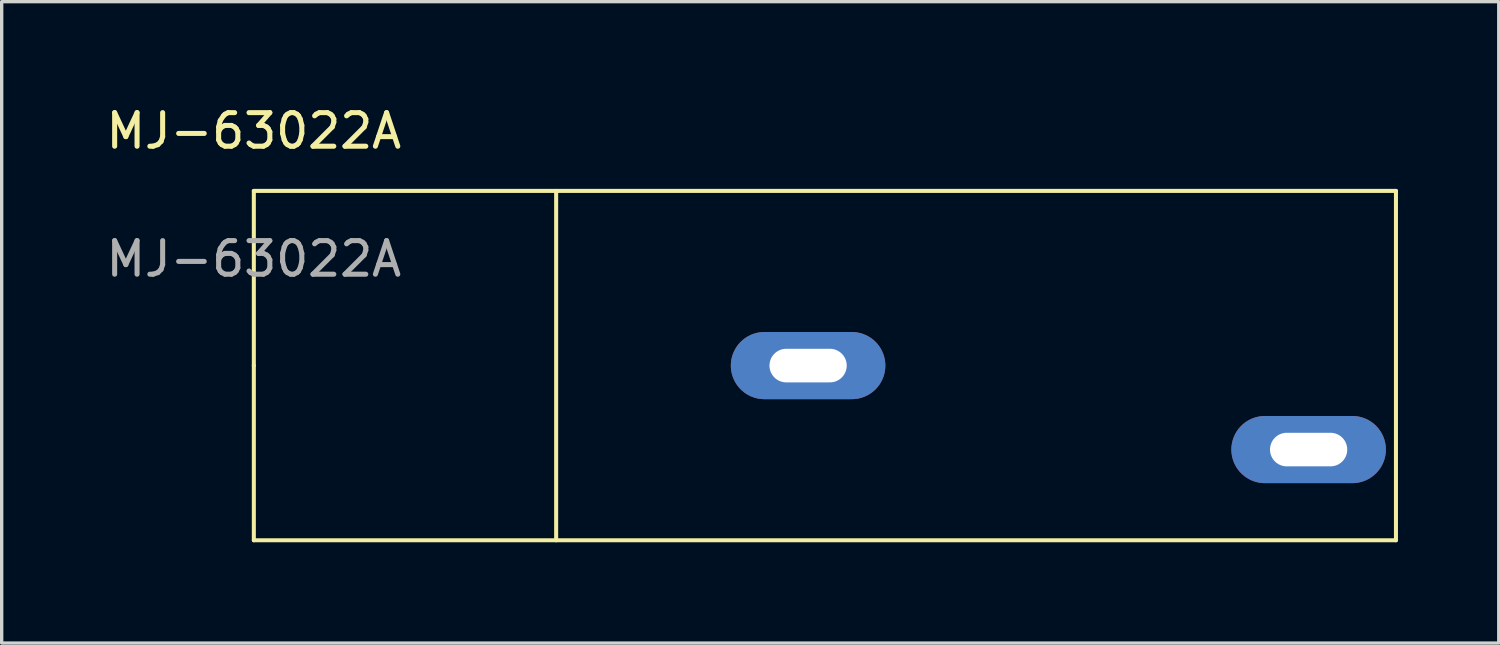
<source format=kicad_pcb>
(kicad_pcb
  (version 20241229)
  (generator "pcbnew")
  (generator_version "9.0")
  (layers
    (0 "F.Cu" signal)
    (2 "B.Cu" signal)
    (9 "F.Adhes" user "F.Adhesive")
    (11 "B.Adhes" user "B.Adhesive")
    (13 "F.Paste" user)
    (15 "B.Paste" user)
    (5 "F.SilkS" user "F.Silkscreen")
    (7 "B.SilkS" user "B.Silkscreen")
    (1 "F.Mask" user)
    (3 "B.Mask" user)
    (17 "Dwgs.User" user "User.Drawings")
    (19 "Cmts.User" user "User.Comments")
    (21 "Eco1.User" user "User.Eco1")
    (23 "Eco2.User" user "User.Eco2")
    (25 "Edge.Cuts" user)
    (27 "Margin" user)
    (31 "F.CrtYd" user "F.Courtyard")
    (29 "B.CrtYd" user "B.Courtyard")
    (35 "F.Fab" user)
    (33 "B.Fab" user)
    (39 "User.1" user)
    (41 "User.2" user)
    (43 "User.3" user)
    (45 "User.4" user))
  (footprint "MJ-63022A"
    (layer "F.Cu")
    (at 4.506 7.833)
    (property "Reference" "MJ-63022A" (at 0 -6.985 0) (unlocked yes) (layer "F.SilkS") (effects (font (size 1 1) (thickness 0.15))))
    (attr through_hole)
    (fp_line (start 0 -5.2) (end 34 -5.2) (stroke (width 0.12) (type solid)) (layer "F.SilkS"))
    (fp_line (start 0 0) (end 0 -5.2) (stroke (width 0.12) (type solid)) (layer "F.SilkS"))
    (fp_line (start 0 5.2) (end 0 0) (stroke (width 0.12) (type solid)) (layer "F.SilkS"))
    (fp_line (start 9 5.2) (end 9 -5.2) (stroke (width 0.12) (type solid)) (layer "F.SilkS"))
    (fp_line (start 34 -5.2) (end 34 5.2) (stroke (width 0.12) (type solid)) (layer "F.SilkS"))
    (fp_line (start 34 5.2) (end 0 5.2) (stroke (width 0.12) (type solid)) (layer "F.SilkS"))
    (fp_text user "${REFERENCE}" (at 0 -3.175 0) (unlocked yes) (layer "F.Fab") (effects (font (size 1 1) (thickness 0.15))))
    (pad "S" thru_hole oval (at 16.5 0) (size 4.6 2) (drill oval 2.3 1) (layers "*.Cu" "*.Mask"))
    (pad "T" thru_hole oval (at 31.4 2.5) (size 4.6 2) (drill oval 2.3 1) (layers "*.Cu" "*.Mask")))
  (gr_rect
    (start -3 -3)
    (end 41.566 16.093)
    (stroke (width 0.1) (type default))
    (fill no)
    (layer "Edge.Cuts")))
</source>
